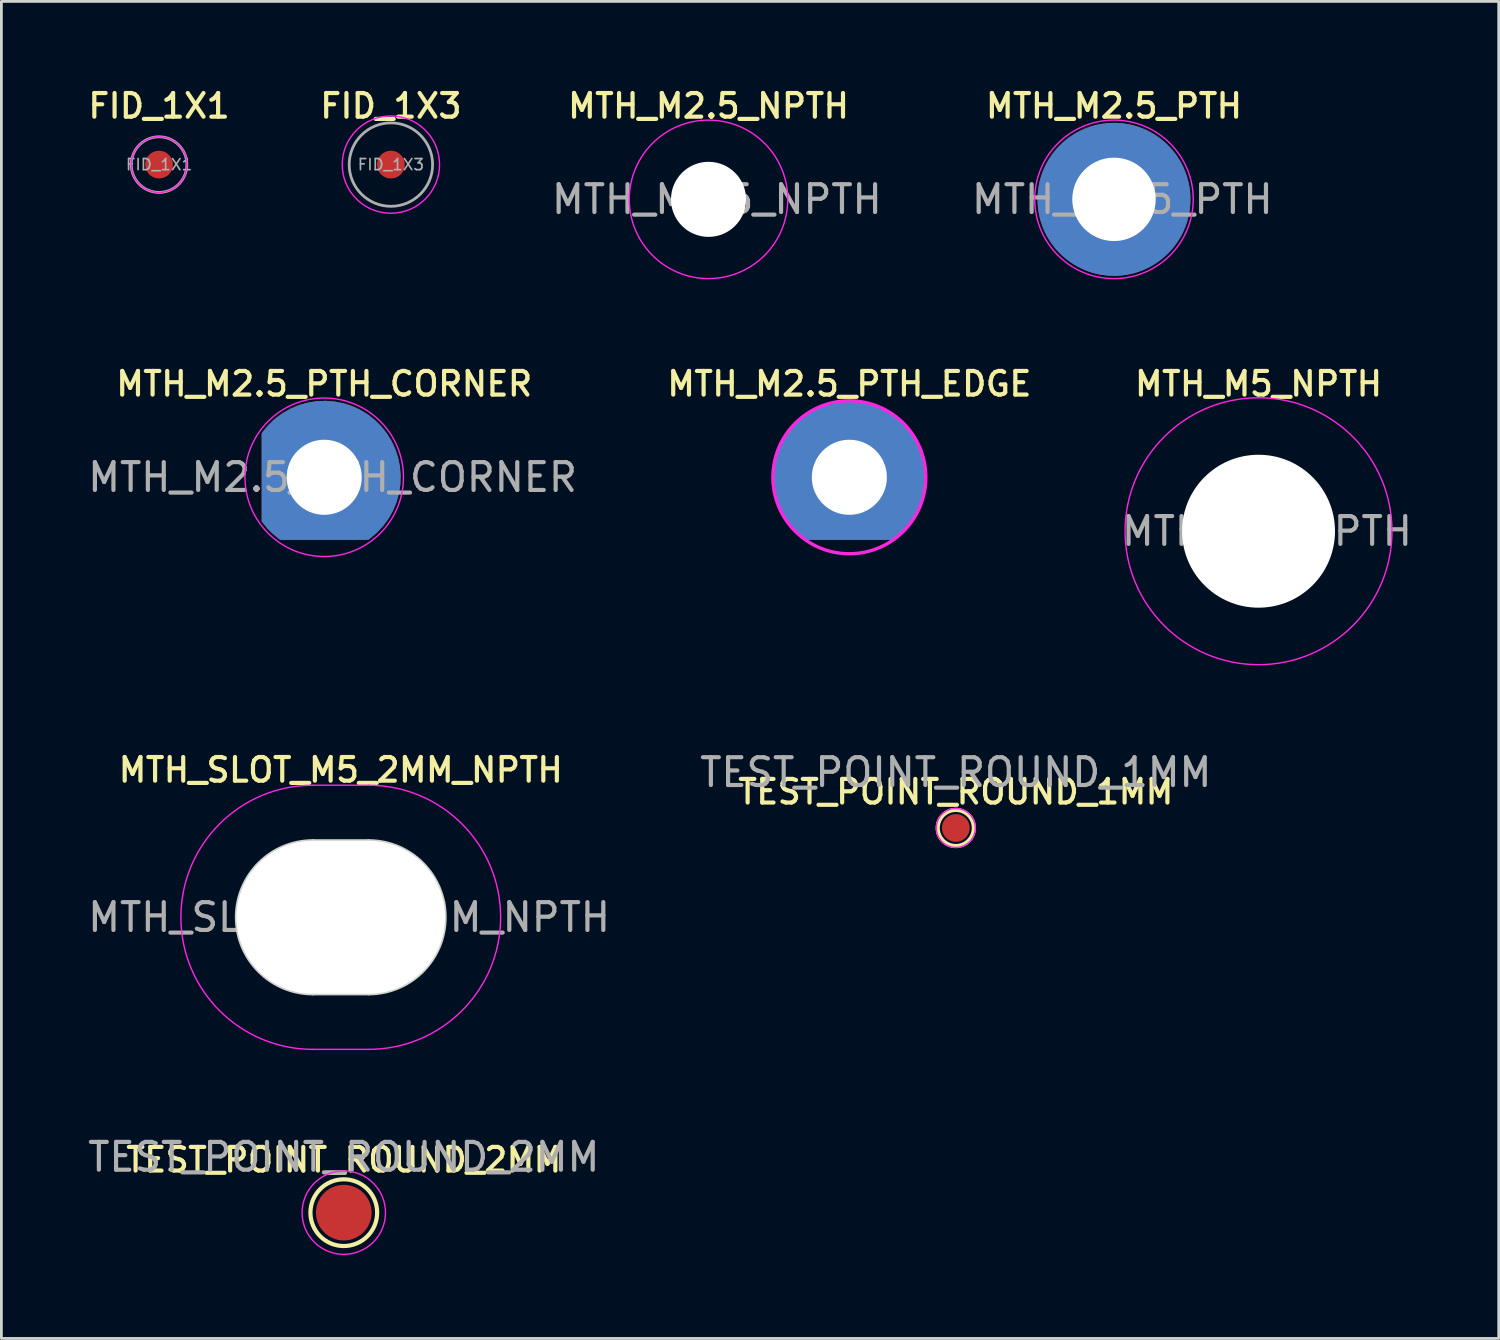
<source format=kicad_pcb>
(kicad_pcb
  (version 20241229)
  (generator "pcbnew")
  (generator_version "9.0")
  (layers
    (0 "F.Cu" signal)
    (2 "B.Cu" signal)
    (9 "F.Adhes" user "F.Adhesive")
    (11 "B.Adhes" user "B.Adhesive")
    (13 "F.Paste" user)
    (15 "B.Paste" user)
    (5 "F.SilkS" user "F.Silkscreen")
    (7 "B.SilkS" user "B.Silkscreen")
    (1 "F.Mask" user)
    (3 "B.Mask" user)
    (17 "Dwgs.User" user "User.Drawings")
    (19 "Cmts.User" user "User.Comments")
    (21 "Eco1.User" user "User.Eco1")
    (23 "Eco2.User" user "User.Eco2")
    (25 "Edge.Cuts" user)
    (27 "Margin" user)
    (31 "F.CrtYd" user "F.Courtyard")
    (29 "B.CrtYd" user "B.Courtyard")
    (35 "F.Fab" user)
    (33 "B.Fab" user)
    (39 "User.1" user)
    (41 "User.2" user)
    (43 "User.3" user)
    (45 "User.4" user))
  (footprint "MTH_SLOT_M5_2MM_NPTH"
    (layer "F.Cu")
    (at 9.206 29.942)
    (property "Reference" "MTH_SLOT_M5_2MM_NPTH" (at 0 -5.3 0) (layer "F.SilkS") (effects (font (size 0.85 0.85) (thickness 0.15))))
    (attr exclude_from_pos_files exclude_from_bom)
    (fp_line (start -1 -2.75) (end 1 -2.75) (stroke (width 0.12) (type solid)) (layer "Edge.Cuts"))
    (fp_line (start -1 2.75) (end 1 2.75) (stroke (width 0.12) (type solid)) (layer "Edge.Cuts"))
    (fp_arc (start -1 2.75) (mid -3.75 0) (end -1 -2.75) (stroke (width 0.12) (type solid)) (layer "Edge.Cuts"))
    (fp_arc (start 1 -2.75) (mid 3.75 0) (end 1 2.75) (stroke (width 0.12) (type solid)) (layer "Edge.Cuts"))
    (fp_line (start -1 -4.75) (end 1 -4.75) (stroke (width 0.05) (type solid)) (layer "F.CrtYd"))
    (fp_line (start -1 4.75) (end 1 4.75) (stroke (width 0.05) (type solid)) (layer "F.CrtYd"))
    (fp_arc (start -1 4.75) (mid -5.75 0) (end -1 -4.75) (stroke (width 0.05) (type solid)) (layer "F.CrtYd"))
    (fp_arc (start 1 -4.75) (mid 5.75 0) (end 1 4.75) (stroke (width 0.05) (type solid)) (layer "F.CrtYd"))
    (fp_text user "${REFERENCE}" (at 0.3 0 0) (layer "F.Fab") (effects (font (size 1 1) (thickness 0.15))))
    (pad "" np_thru_hole oval (at 0 0) (size 7.5 5.5) (drill oval 7.5 5.5) (layers "*.Cu" "*.Mask")))
  (footprint "FID_1X1"
    (layer "F.Cu")
    (at 2.67 2.87)
    (property "Reference" "FID_1X1" (at 0 -2.11 0) (layer "F.SilkS") (effects (font (size 0.85 0.85) (thickness 0.15))))
    (attr smd)
    (fp_circle (center 0 0) (end 1 0) (stroke (width 0.05) (type solid)) (fill no) (layer "F.CrtYd"))
    (fp_circle (center 0 0) (end 1 0) (stroke (width 0.1) (type solid)) (fill no) (layer "F.Fab"))
    (fp_text user "${REFERENCE}" (at 0 0 0) (layer "F.Fab") (effects (font (size 0.4 0.4) (thickness 0.06))))
    (pad "1" smd circle (at 0 0) (size 1 1) (layers "F.Cu" "F.Mask")))
  (footprint "MTH_M2.5_PTH_EDGE"
    (layer "F.Cu")
    (at 27.498 14.116)
    (property "Reference" "MTH_M2.5_PTH_EDGE" (at 0 -3.36 0) (layer "F.SilkS") (effects (font (size 0.85 0.85) (thickness 0.15))))
    (attr exclude_from_pos_files exclude_from_bom)
    (fp_circle (center 0 0) (end 2.75 0) (stroke (width 0.12) (type solid)) (fill no) (layer "F.CrtYd"))
    (pad "1" thru_hole custom (at 0 0) (size 4.5 4.5) (drill 2.7) (layers "*.Cu" "*.Mask") (options (anchor circle)) (primitives (gr_poly (pts (xy 1.65 2.2) (xy 1.58 2.25) (xy -1.58 2.25) (xy -1.65 2.2) (xy -1.65 1.5) (xy 1.65 1.5)) (width 0) (fill yes)) (gr_arc (start -1.49861 2.001041) (mid -0.000869 -2.499999) (end 1.5 1.999999) (width 0.5)) (gr_arc (start -1 1.999999) (mid 0 -2.236067) (end 0.999999 1.999999) (width 0.12)))))
  (footprint "TEST_POINT_ROUND_1MM"
    (layer "F.Cu")
    (at 31.327 26.729)
    (property "Reference" "TEST_POINT_ROUND_1MM" (at 0 -1.3 0) (layer "F.SilkS") (effects (font (size 0.85 0.85) (thickness 0.15))))
    (attr exclude_from_pos_files exclude_from_bom)
    (fp_circle (center 0 0) (end 0.65 0) (stroke (width 0.15) (type solid)) (fill no) (layer "F.SilkS"))
    (fp_circle (center 0 0) (end 0.7 0) (stroke (width 0.05) (type solid)) (fill no) (layer "F.CrtYd"))
    (fp_text user "${REFERENCE}" (at 0 -2 0) (layer "F.Fab") (effects (font (size 1 1) (thickness 0.15))))
    (pad "1" smd circle (at 0 0) (size 1 1) (layers "F.Cu" "F.Mask")))
  (footprint "FID_1X3"
    (layer "F.Cu")
    (at 11.009 2.87)
    (property "Reference" "FID_1X3" (at 0 -2.11 0) (layer "F.SilkS") (effects (font (size 0.85 0.85) (thickness 0.15))))
    (attr smd)
    (fp_circle (center 0 0) (end 1.75 0) (stroke (width 0.05) (type solid)) (fill no) (layer "F.CrtYd"))
    (fp_circle (center 0 0) (end 1.5 0) (stroke (width 0.1) (type solid)) (fill no) (layer "F.Fab"))
    (fp_text user "${REFERENCE}" (at 0 0 0) (layer "F.Fab") (effects (font (size 0.4 0.4) (thickness 0.06))))
    (pad "" smd circle (at 0 0) (size 1 1) (layers "F.Cu" "F.Mask")))
  (footprint "MTH_M2.5_NPTH"
    (layer "F.Cu")
    (at 22.433 4.12)
    (property "Reference" "MTH_M2.5_NPTH" (at 0 -3.36 0) (layer "F.SilkS") (effects (font (size 0.85 0.85) (thickness 0.15))))
    (attr exclude_from_pos_files exclude_from_bom)
    (fp_circle (center 0 0) (end 2.85 0) (stroke (width 0.05) (type solid)) (fill no) (layer "F.CrtYd"))
    (fp_text user "${REFERENCE}" (at 0.3 0 0) (layer "F.Fab") (effects (font (size 1 1) (thickness 0.15))))
    (pad "" np_thru_hole circle (at 0 0) (size 2.7 2.7) (drill 2.7) (layers "*.Cu" "*.Mask")))
  (footprint "MTH_M5_NPTH"
    (layer "F.Cu")
    (at 42.215 16.056)
    (property "Reference" "MTH_M5_NPTH" (at 0 -5.3 0) (layer "F.SilkS") (effects (font (size 0.85 0.85) (thickness 0.15))))
    (attr exclude_from_pos_files exclude_from_bom)
    (fp_circle (center 0 0) (end 4.8 0) (stroke (width 0.05) (type solid)) (fill no) (layer "F.CrtYd"))
    (fp_text user "${REFERENCE}" (at 0.3 0 0) (layer "F.Fab") (effects (font (size 1 1) (thickness 0.15))))
    (pad "" np_thru_hole circle (at 0 0) (size 5.5 5.5) (drill 5.5) (layers "*.Cu" "*.Mask")))
  (footprint "TEST_POINT_ROUND_2MM"
    (layer "F.Cu")
    (at 9.315 40.565)
    (property "Reference" "TEST_POINT_ROUND_2MM" (at 0 -1.9 0) (layer "F.SilkS") (effects (font (size 0.85 0.85) (thickness 0.15))))
    (attr exclude_from_pos_files exclude_from_bom)
    (fp_circle (center 0 0) (end 1.2 0) (stroke (width 0.15) (type solid)) (fill no) (layer "F.SilkS"))
    (fp_circle (center 0 0) (end 1.5 0) (stroke (width 0.05) (type solid)) (fill no) (layer "F.CrtYd"))
    (fp_text user "${REFERENCE}" (at 0 -2 0) (layer "F.Fab") (effects (font (size 1 1) (thickness 0.15))))
    (pad "1" smd circle (at 0 0) (size 2 2) (layers "F.Cu" "F.Mask")))
  (footprint "MTH_M2.5_PTH"
    (layer "F.Cu")
    (at 37.016 4.12)
    (property "Reference" "MTH_M2.5_PTH" (at 0 -3.36 0) (layer "F.SilkS") (effects (font (size 0.85 0.85) (thickness 0.15))))
    (attr exclude_from_pos_files exclude_from_bom)
    (fp_circle (center 0 0) (end 2.85 0) (stroke (width 0.05) (type solid)) (fill no) (layer "F.CrtYd"))
    (fp_text user "${REFERENCE}" (at 0.3 0 0) (layer "F.Fab") (effects (font (size 1 1) (thickness 0.15))))
    (pad "1" thru_hole circle (at 0 0) (size 5.5 5.5) (drill 3) (layers "*.Cu" "*.Mask")))
  (footprint "MTH_M2.5_PTH_CORNER"
    (layer "F.Cu")
    (at 8.611 14.116)
    (property "Reference" "MTH_M2.5_PTH_CORNER" (at 0 -3.36 0) (layer "F.SilkS") (effects (font (size 0.85 0.85) (thickness 0.15))))
    (attr exclude_from_pos_files exclude_from_bom)
    (fp_circle (center 0 0) (end 2.85 0) (stroke (width 0.05) (type solid)) (fill no) (layer "F.CrtYd"))
    (fp_text user "${REFERENCE}" (at 0.3 0 0) (layer "F.Fab") (effects (font (size 1 1) (thickness 0.15))))
    (pad "1" thru_hole custom (at 0 0) (size 4.5 4.5) (drill 2.7) (layers "*.Cu" "*.Mask") (options (anchor circle)) (primitives (gr_poly (pts (xy 1.65 2.2) (xy 1.58 2.25) (xy -1.58 2.25) (xy -1.65 2.2) (xy -1.65 1.5) (xy 1.65 1.5)) (width 0) (fill yes)) (gr_arc (start -1.498611 2.001041) (mid -1.767153 1.768381) (end -2 1.5) (width 0.5)) (gr_poly (pts (xy -2.2 1.65) (xy -2.25 1.58) (xy -2.25 -1.58) (xy -2.2 -1.65) (xy -1.5 -1.65) (xy -1.5 1.65)) (width 0) (fill yes)) (gr_arc (start -2.001041 -1.49861) (mid 1.767152 -1.768381) (end 1.5 1.999999) (width 0.5)) (gr_arc (start -1 1.999999) (mid -1.581139 1.581138) (end -1.999999 0.999999) (width 0.12)) (gr_arc (start -1.999999 -1) (mid 1.581139 -1.581138) (end 0.999999 1.999999) (width 0.12)))))
  (gr_rect
    (start -3 -3)
    (end 50.854 45.09)
    (stroke (width 0.1) (type default))
    (fill no)
    (layer "Edge.Cuts")))
</source>
